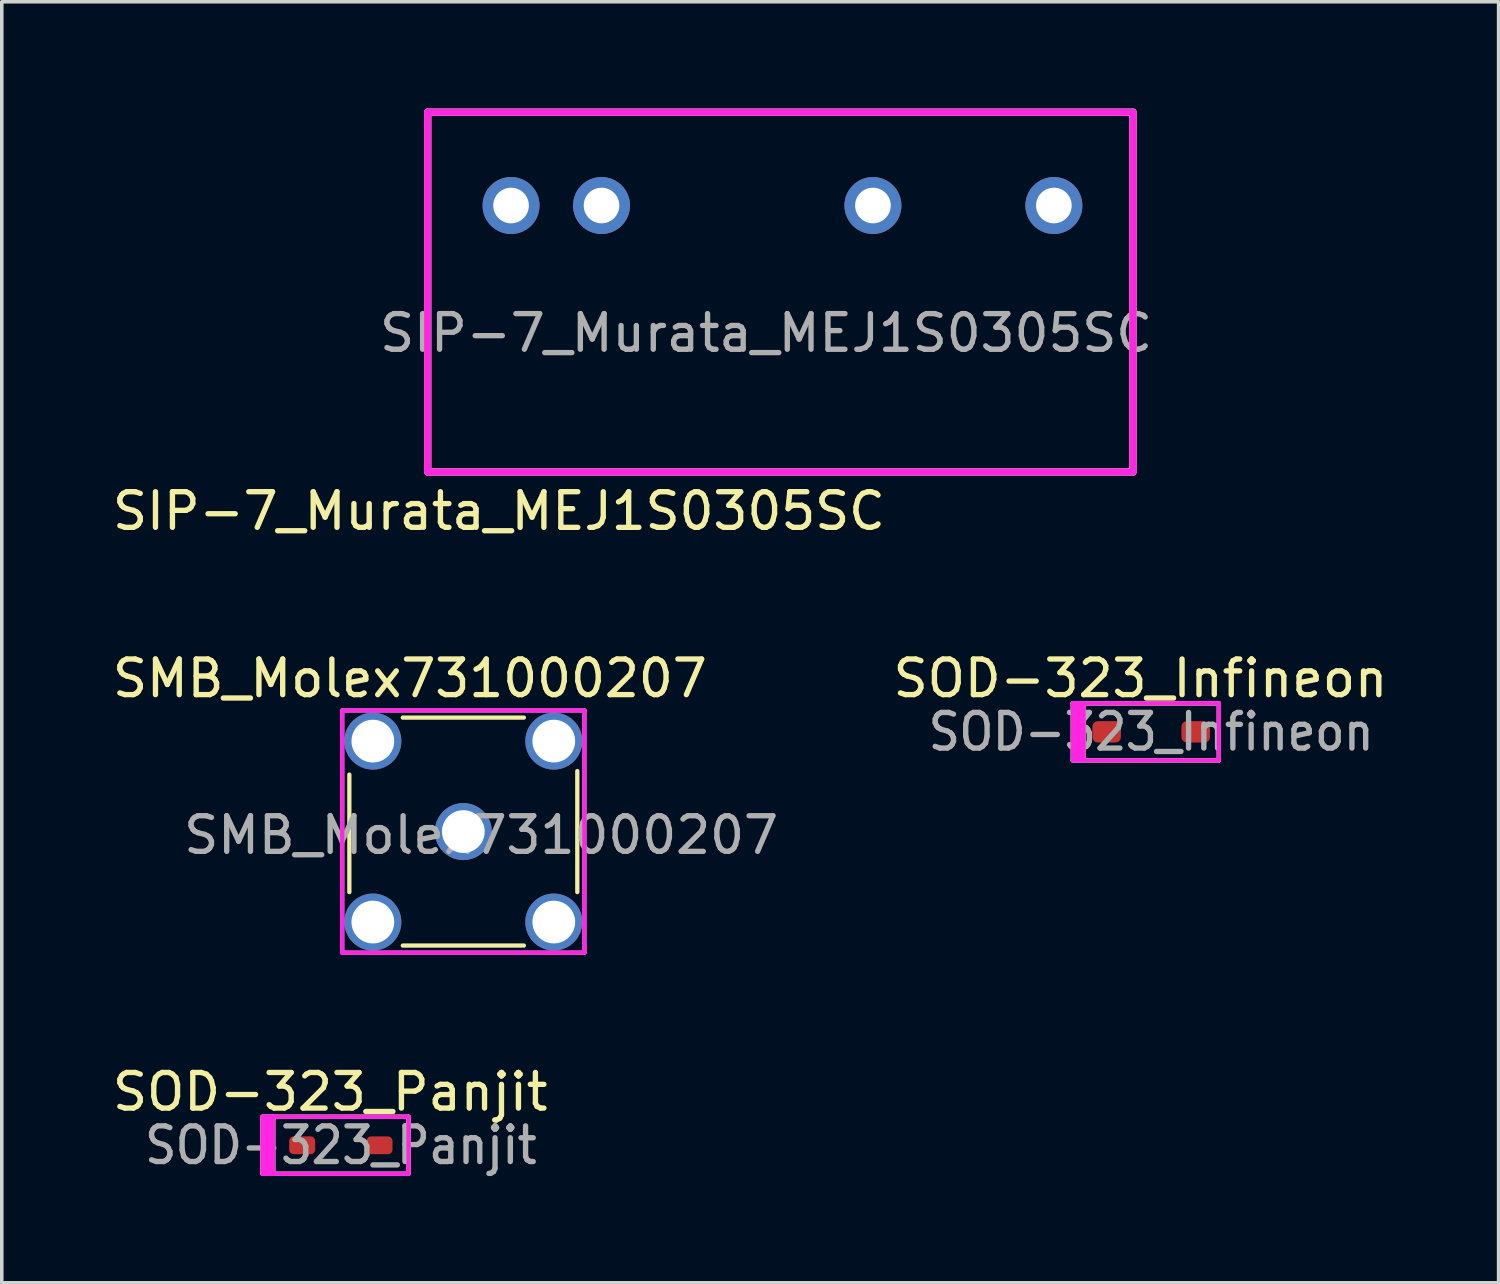
<source format=kicad_pcb>
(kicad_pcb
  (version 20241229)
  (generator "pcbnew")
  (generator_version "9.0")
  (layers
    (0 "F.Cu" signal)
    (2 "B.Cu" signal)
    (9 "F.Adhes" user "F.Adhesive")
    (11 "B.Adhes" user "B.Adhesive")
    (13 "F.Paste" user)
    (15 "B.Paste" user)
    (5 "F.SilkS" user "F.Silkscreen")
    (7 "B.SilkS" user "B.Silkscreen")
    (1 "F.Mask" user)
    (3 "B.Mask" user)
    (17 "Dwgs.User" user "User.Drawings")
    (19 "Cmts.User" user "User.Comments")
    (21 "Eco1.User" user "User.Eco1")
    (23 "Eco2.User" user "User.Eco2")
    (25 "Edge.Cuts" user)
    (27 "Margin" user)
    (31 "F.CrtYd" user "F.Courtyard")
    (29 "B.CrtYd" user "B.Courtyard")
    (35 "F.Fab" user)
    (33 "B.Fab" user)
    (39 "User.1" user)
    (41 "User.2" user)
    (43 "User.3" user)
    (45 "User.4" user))
  (footprint "SOD-323_Infineon"
    (layer "F.Cu")
    (at 29.27 17.497)
    (property "Reference" "SOD-323_Infineon" (at -0.3 -1.5 0) (layer "F.SilkS") (effects (font (size 1 1) (thickness 0.15))))
    (attr through_hole)
    (fp_line (start -2.2 -0.8) (end -1.9 -0.8) (stroke (width 0.12) (type solid)) (layer "F.SilkS"))
    (fp_line (start -2.2 0.8) (end -2.2 -0.8) (stroke (width 0.12) (type solid)) (layer "F.SilkS"))
    (fp_line (start -2.1 0.8) (end -2.1 -0.8) (stroke (width 0.12) (type solid)) (layer "F.SilkS"))
    (fp_line (start -2 -0.8) (end -2 0.8) (stroke (width 0.12) (type solid)) (layer "F.SilkS"))
    (fp_line (start -2 0.8) (end -2.1 0.8) (stroke (width 0.12) (type solid)) (layer "F.SilkS"))
    (fp_line (start -1.9 -0.8) (end -1.9 0.8) (stroke (width 0.12) (type solid)) (layer "F.SilkS"))
    (fp_line (start -1.9 -0.8) (end 1.9 -0.8) (stroke (width 0.12) (type solid)) (layer "F.SilkS"))
    (fp_line (start -1.9 0.8) (end -2.2 0.8) (stroke (width 0.12) (type solid)) (layer "F.SilkS"))
    (fp_line (start 1.9 -0.8) (end 1.9 0.8) (stroke (width 0.12) (type solid)) (layer "F.SilkS"))
    (fp_line (start 1.9 0.8) (end -1.9 0.8) (stroke (width 0.12) (type solid)) (layer "F.SilkS"))
    (fp_line (start -2.2 -0.8) (end -1.9 -0.8) (stroke (width 0.12) (type solid)) (layer "F.CrtYd"))
    (fp_line (start -2.2 -0.8) (end 1.9 -0.8) (stroke (width 0.12) (type solid)) (layer "F.CrtYd"))
    (fp_line (start -2.2 0.8) (end -2.2 -0.8) (stroke (width 0.12) (type solid)) (layer "F.CrtYd"))
    (fp_line (start -2.1 -0.8) (end -2.1 0.8) (stroke (width 0.12) (type solid)) (layer "F.CrtYd"))
    (fp_line (start -2.1 0.8) (end -2.1 0.6) (stroke (width 0.12) (type solid)) (layer "F.CrtYd"))
    (fp_line (start -2 -0.8) (end -2.1 -0.8) (stroke (width 0.12) (type solid)) (layer "F.CrtYd"))
    (fp_line (start -2 0.8) (end -2 -0.8) (stroke (width 0.12) (type solid)) (layer "F.CrtYd"))
    (fp_line (start -1.9 -0.8) (end -1.9 0.8) (stroke (width 0.12) (type solid)) (layer "F.CrtYd"))
    (fp_line (start -1.9 0.8) (end -2 0.8) (stroke (width 0.12) (type solid)) (layer "F.CrtYd"))
    (fp_line (start 1.9 -0.8) (end 1.9 0.8) (stroke (width 0.12) (type solid)) (layer "F.CrtYd"))
    (fp_line (start 1.9 0.8) (end -2.2 0.8) (stroke (width 0.12) (type solid)) (layer "F.CrtYd"))
    (fp_line (start -2.2 -0.8) (end 1.9 -0.8) (stroke (width 0.12) (type solid)) (layer "F.Fab"))
    (fp_line (start -2.2 0.8) (end -2.2 -0.8) (stroke (width 0.12) (type solid)) (layer "F.Fab"))
    (fp_line (start -2.1 -0.8) (end -2.1 0.8) (stroke (width 0.12) (type solid)) (layer "F.Fab"))
    (fp_line (start -2 -0.8) (end -2.1 -0.8) (stroke (width 0.12) (type solid)) (layer "F.Fab"))
    (fp_line (start -2 0.8) (end -2 -0.8) (stroke (width 0.12) (type solid)) (layer "F.Fab"))
    (fp_line (start -1.9 -0.8) (end -1.9 0.8) (stroke (width 0.12) (type solid)) (layer "F.Fab"))
    (fp_line (start 1.9 -0.8) (end 1.9 0.8) (stroke (width 0.12) (type solid)) (layer "F.Fab"))
    (fp_line (start 1.9 0.8) (end -2.2 0.8) (stroke (width 0.12) (type solid)) (layer "F.Fab"))
    (fp_text user "${REFERENCE}" (at 0 0 0) (layer "F.Fab") (effects (font (size 1 0.9) (thickness 0.15))))
    (pad "A" smd roundrect (at 1.25 0) (size 0.8 0.6) (layers "F.Cu" "F.Mask" "F.Paste") (roundrect_rratio 0.25))
    (pad "C" smd roundrect (at -1.25 0) (size 0.8 0.6) (layers "F.Cu" "F.Mask" "F.Paste") (roundrect_rratio 0.25)))
  (footprint "SOD-323_Panjit"
    (layer "F.Cu")
    (at 6.52 29.105)
    (property "Reference" "SOD-323_Panjit" (at -0.3 -1.5 0) (layer "F.SilkS") (effects (font (size 1 1) (thickness 0.15))))
    (attr through_hole)
    (fp_line (start -2.2 -0.8) (end -1.9 -0.8) (stroke (width 0.12) (type solid)) (layer "F.SilkS"))
    (fp_line (start -2.2 0.8) (end -2.2 -0.8) (stroke (width 0.12) (type solid)) (layer "F.SilkS"))
    (fp_line (start -2.1 0.8) (end -2.1 -0.8) (stroke (width 0.12) (type solid)) (layer "F.SilkS"))
    (fp_line (start -2 -0.8) (end -2 0.8) (stroke (width 0.12) (type solid)) (layer "F.SilkS"))
    (fp_line (start -2 0.8) (end -2.1 0.8) (stroke (width 0.12) (type solid)) (layer "F.SilkS"))
    (fp_line (start -1.9 -0.8) (end -1.9 0.8) (stroke (width 0.12) (type solid)) (layer "F.SilkS"))
    (fp_line (start -1.9 -0.8) (end 1.9 -0.8) (stroke (width 0.12) (type solid)) (layer "F.SilkS"))
    (fp_line (start -1.9 0.8) (end -2.2 0.8) (stroke (width 0.12) (type solid)) (layer "F.SilkS"))
    (fp_line (start 1.9 -0.8) (end 1.9 0.8) (stroke (width 0.12) (type solid)) (layer "F.SilkS"))
    (fp_line (start 1.9 0.8) (end -1.9 0.8) (stroke (width 0.12) (type solid)) (layer "F.SilkS"))
    (fp_line (start -2.2 -0.8) (end -1.9 -0.8) (stroke (width 0.12) (type solid)) (layer "F.CrtYd"))
    (fp_line (start -2.2 -0.8) (end 1.9 -0.8) (stroke (width 0.12) (type solid)) (layer "F.CrtYd"))
    (fp_line (start -2.2 0.8) (end -2.2 -0.8) (stroke (width 0.12) (type solid)) (layer "F.CrtYd"))
    (fp_line (start -2.1 -0.8) (end -2.1 0.8) (stroke (width 0.12) (type solid)) (layer "F.CrtYd"))
    (fp_line (start -2.1 0.8) (end -2.1 0.6) (stroke (width 0.12) (type solid)) (layer "F.CrtYd"))
    (fp_line (start -2 -0.8) (end -2.1 -0.8) (stroke (width 0.12) (type solid)) (layer "F.CrtYd"))
    (fp_line (start -2 0.8) (end -2 -0.8) (stroke (width 0.12) (type solid)) (layer "F.CrtYd"))
    (fp_line (start -1.9 -0.8) (end -1.9 0.8) (stroke (width 0.12) (type solid)) (layer "F.CrtYd"))
    (fp_line (start -1.9 0.8) (end -2 0.8) (stroke (width 0.12) (type solid)) (layer "F.CrtYd"))
    (fp_line (start 1.9 -0.8) (end 1.9 0.8) (stroke (width 0.12) (type solid)) (layer "F.CrtYd"))
    (fp_line (start 1.9 0.8) (end -2.2 0.8) (stroke (width 0.12) (type solid)) (layer "F.CrtYd"))
    (fp_line (start -2.2 -0.8) (end 1.9 -0.8) (stroke (width 0.12) (type solid)) (layer "F.Fab"))
    (fp_line (start -2.2 0.8) (end -2.2 -0.8) (stroke (width 0.12) (type solid)) (layer "F.Fab"))
    (fp_line (start -2.1 -0.8) (end -2.1 0.8) (stroke (width 0.12) (type solid)) (layer "F.Fab"))
    (fp_line (start -2 -0.8) (end -2.1 -0.8) (stroke (width 0.12) (type solid)) (layer "F.Fab"))
    (fp_line (start -2 0.8) (end -2 -0.8) (stroke (width 0.12) (type solid)) (layer "F.Fab"))
    (fp_line (start -1.9 -0.8) (end -1.9 0.8) (stroke (width 0.12) (type solid)) (layer "F.Fab"))
    (fp_line (start 1.9 -0.8) (end 1.9 0.8) (stroke (width 0.12) (type solid)) (layer "F.Fab"))
    (fp_line (start 1.9 0.8) (end -2.2 0.8) (stroke (width 0.12) (type solid)) (layer "F.Fab"))
    (fp_text user "${REFERENCE}" (at 0 0 0) (layer "F.Fab") (effects (font (size 1 0.9) (thickness 0.15))))
    (pad "A" smd roundrect (at 1.085 0) (size 0.73 0.5) (layers "F.Cu" "F.Mask" "F.Paste") (roundrect_rratio 0.25))
    (pad "C" smd roundrect (at -1.085 0) (size 0.73 0.5) (layers "F.Cu" "F.Mask" "F.Paste") (roundrect_rratio 0.25)))
  (footprint "SIP-7_Murata_MEJ1S0305SC"
    (layer "F.Cu")
    (at 21.458 7.8)
    (property "Reference" "SIP-7_Murata_MEJ1S0305SC" (at -10.5 3.5 0) (layer "F.SilkS") (effects (font (size 1 1) (thickness 0.15))))
    (attr through_hole)
    (fp_line (start -12.5 -7.7) (end -12.5 2.4) (stroke (width 0.2) (type solid)) (layer "F.SilkS"))
    (fp_line (start -12.5 2.4) (end 7.3 2.4) (stroke (width 0.2) (type solid)) (layer "F.SilkS"))
    (fp_line (start 7.3 -7.7) (end -12.5 -7.7) (stroke (width 0.2) (type solid)) (layer "F.SilkS"))
    (fp_line (start 7.3 2.4) (end 7.3 -7.7) (stroke (width 0.2) (type solid)) (layer "F.SilkS"))
    (fp_line (start -12.5 -7.7) (end 7.3 -7.7) (stroke (width 0.2) (type solid)) (layer "F.CrtYd"))
    (fp_line (start -12.5 2.4) (end -12.5 -7.7) (stroke (width 0.2) (type solid)) (layer "F.CrtYd"))
    (fp_line (start 7.3 -7.7) (end 7.3 2.4) (stroke (width 0.2) (type solid)) (layer "F.CrtYd"))
    (fp_line (start 7.3 2.4) (end -12.5 2.4) (stroke (width 0.2) (type solid)) (layer "F.CrtYd"))
    (fp_line (start -12.5 -7.7) (end 7.3 -7.7) (stroke (width 0.2) (type solid)) (layer "F.Fab"))
    (fp_line (start -12.5 2.4) (end -12.5 -7.7) (stroke (width 0.2) (type solid)) (layer "F.Fab"))
    (fp_line (start 7.3 -7.7) (end 7.3 2.4) (stroke (width 0.2) (type solid)) (layer "F.Fab"))
    (fp_line (start 7.3 2.4) (end -12.5 2.4) (stroke (width 0.2) (type solid)) (layer "F.Fab"))
    (fp_text user "${REFERENCE}" (at -3 -1.5 0) (layer "F.Fab") (effects (font (size 1 1) (thickness 0.15))))
    (pad "1" thru_hole circle (at -10.16 -5.08) (size 1.6 1.6) (drill 1) (layers "*.Cu" "*.Mask"))
    (pad "2" thru_hole circle (at -7.62 -5.08) (size 1.6 1.6) (drill 1) (layers "*.Cu" "*.Mask"))
    (pad "5" thru_hole circle (at 0 -5.08) (size 1.6 1.6) (drill 1) (layers "*.Cu" "*.Mask"))
    (pad "7" thru_hole circle (at 5.08 -5.08) (size 1.6 1.6) (drill 1) (layers "*.Cu" "*.Mask")))
  (footprint "SMB_Molex731000207"
    (layer "F.Cu")
    (at 9.958 20.297)
    (property "Reference" "SMB_Molex731000207" (at -1.5 -4.3 0) (layer "F.SilkS") (effects (font (size 1 1) (thickness 0.15))))
    (attr through_hole)
    (fp_line (start -3.2 1.7) (end -3.2 -1.6) (stroke (width 0.12) (type solid)) (layer "F.SilkS"))
    (fp_line (start -1.7 -3.2) (end 1.7 -3.2) (stroke (width 0.12) (type solid)) (layer "F.SilkS"))
    (fp_line (start 1.7 3.2) (end -1.7 3.2) (stroke (width 0.12) (type solid)) (layer "F.SilkS"))
    (fp_line (start 3.2 -1.7) (end 3.2 1.7) (stroke (width 0.12) (type solid)) (layer "F.SilkS"))
    (fp_line (start -3.4 -3.4) (end 3.4 -3.4) (stroke (width 0.12) (type solid)) (layer "F.CrtYd"))
    (fp_line (start -3.4 3.4) (end -3.4 -3.4) (stroke (width 0.12) (type solid)) (layer "F.CrtYd"))
    (fp_line (start 3.4 -3.4) (end 3.4 3.4) (stroke (width 0.12) (type solid)) (layer "F.CrtYd"))
    (fp_line (start 3.4 3.4) (end -3.4 3.4) (stroke (width 0.12) (type solid)) (layer "F.CrtYd"))
    (fp_line (start -3.4 -3.4) (end 3.4 -3.4) (stroke (width 0.12) (type solid)) (layer "F.Fab"))
    (fp_line (start -3.4 3.4) (end -3.4 -3.4) (stroke (width 0.12) (type solid)) (layer "F.Fab"))
    (fp_line (start 3.4 -3.4) (end 3.4 3.4) (stroke (width 0.12) (type solid)) (layer "F.Fab"))
    (fp_line (start 3.4 3.4) (end -3.4 3.4) (stroke (width 0.12) (type solid)) (layer "F.Fab"))
    (fp_text user "${REFERENCE}" (at 0.5 0.1 0) (layer "F.Fab") (effects (font (size 1 1) (thickness 0.15))))
    (pad "1" thru_hole circle (at 0 0 90) (size 1.6 1.6) (drill 1.2) (layers "*.Cu" "*.Mask"))
    (pad "2" thru_hole circle (at -2.54 -2.54 90) (size 1.6 1.6) (drill 1.2) (layers "*.Cu" "*.Mask"))
    (pad "2" thru_hole circle (at -2.54 2.54 90) (size 1.6 1.6) (drill 1.2) (layers "*.Cu" "*.Mask"))
    (pad "2" thru_hole circle (at 2.54 -2.54 90) (size 1.6 1.6) (drill 1.2) (layers "*.Cu" "*.Mask"))
    (pad "2" thru_hole circle (at 2.54 2.54 90) (size 1.6 1.6) (drill 1.2) (layers "*.Cu" "*.Mask")))
  (gr_rect
    (start -3 -3)
    (end 39.024 32.965)
    (stroke (width 0.1) (type default))
    (fill no)
    (layer "Edge.Cuts")))
</source>
